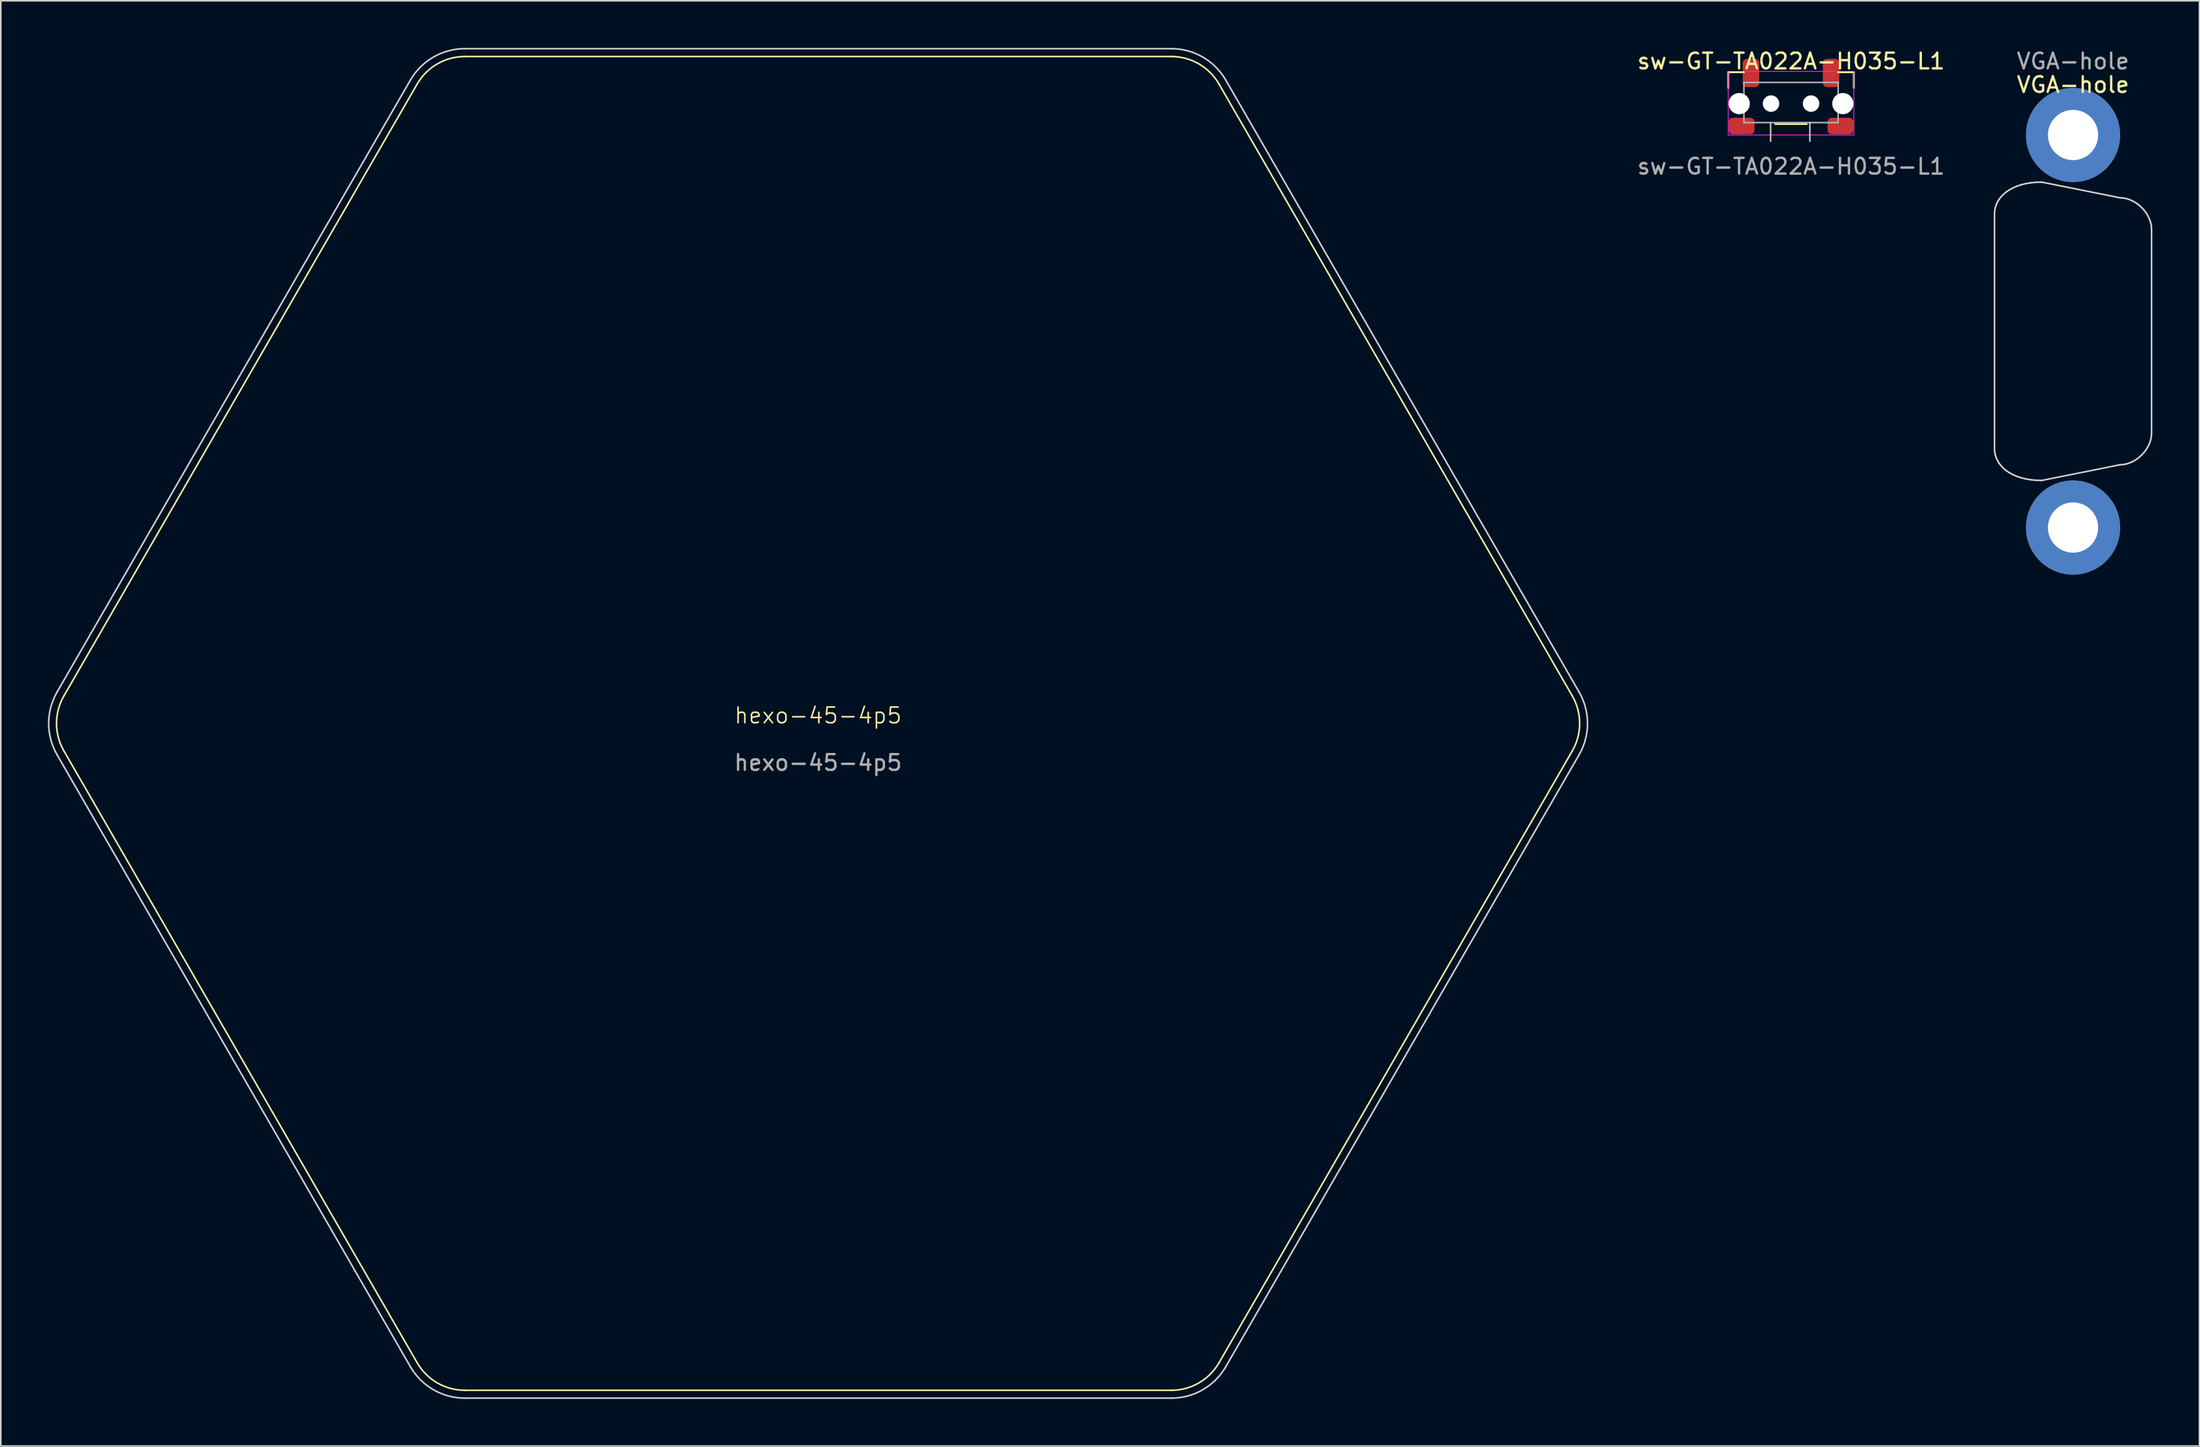
<source format=kicad_pcb>
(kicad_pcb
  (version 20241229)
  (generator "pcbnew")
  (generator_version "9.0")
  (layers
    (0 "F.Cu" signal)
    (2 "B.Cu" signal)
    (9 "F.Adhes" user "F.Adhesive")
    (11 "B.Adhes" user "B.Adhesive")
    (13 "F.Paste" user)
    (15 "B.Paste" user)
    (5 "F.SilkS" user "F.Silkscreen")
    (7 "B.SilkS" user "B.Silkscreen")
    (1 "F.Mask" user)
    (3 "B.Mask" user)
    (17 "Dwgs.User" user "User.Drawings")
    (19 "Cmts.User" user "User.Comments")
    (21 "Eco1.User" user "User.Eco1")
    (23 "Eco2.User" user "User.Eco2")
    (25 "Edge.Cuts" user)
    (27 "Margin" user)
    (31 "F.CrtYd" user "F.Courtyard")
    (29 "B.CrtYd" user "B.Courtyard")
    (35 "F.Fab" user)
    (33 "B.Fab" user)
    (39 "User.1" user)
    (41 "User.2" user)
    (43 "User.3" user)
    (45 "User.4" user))
  (footprint "VGA-hole"
    (layer "F.Cu")
    (at 128.971 17.848)
    (property "Reference" "VGA-hole" (at 0 -15.5 0) (layer "F.SilkS") (effects (font (size 1 1) (thickness 0.15))))
    (attr exclude_from_pos_files exclude_from_bom)
    (fp_line (start -5 -7.3) (end -4.988 -7.487) (stroke (width 0.1) (type solid)) (layer "Edge.Cuts"))
    (fp_line (start -5 7.7) (end -5 -7.3) (stroke (width 0.1) (type solid)) (layer "Edge.Cuts"))
    (fp_line (start -4.988 -7.487) (end -4.953 -7.673) (stroke (width 0.1) (type solid)) (layer "Edge.Cuts"))
    (fp_line (start -4.988 7.887) (end -5 7.7) (stroke (width 0.1) (type solid)) (layer "Edge.Cuts"))
    (fp_line (start -4.953 -7.673) (end -4.894 -7.856) (stroke (width 0.1) (type solid)) (layer "Edge.Cuts"))
    (fp_line (start -4.953 8.073) (end -4.988 7.887) (stroke (width 0.1) (type solid)) (layer "Edge.Cuts"))
    (fp_line (start -4.894 -7.856) (end -4.812 -8.034) (stroke (width 0.1) (type solid)) (layer "Edge.Cuts"))
    (fp_line (start -4.894 8.256) (end -4.953 8.073) (stroke (width 0.1) (type solid)) (layer "Edge.Cuts"))
    (fp_line (start -4.812 -8.034) (end -4.707 -8.207) (stroke (width 0.1) (type solid)) (layer "Edge.Cuts"))
    (fp_line (start -4.812 8.434) (end -4.894 8.256) (stroke (width 0.1) (type solid)) (layer "Edge.Cuts"))
    (fp_line (start -4.707 -8.207) (end -4.578 -8.372) (stroke (width 0.1) (type solid)) (layer "Edge.Cuts"))
    (fp_line (start -4.707 8.607) (end -4.812 8.434) (stroke (width 0.1) (type solid)) (layer "Edge.Cuts"))
    (fp_line (start -4.578 -8.372) (end -4.426 -8.529) (stroke (width 0.1) (type solid)) (layer "Edge.Cuts"))
    (fp_line (start -4.578 8.772) (end -4.707 8.607) (stroke (width 0.1) (type solid)) (layer "Edge.Cuts"))
    (fp_line (start -4.426 -8.529) (end -4.25 -8.675) (stroke (width 0.1) (type solid)) (layer "Edge.Cuts"))
    (fp_line (start -4.426 8.929) (end -4.578 8.772) (stroke (width 0.1) (type solid)) (layer "Edge.Cuts"))
    (fp_line (start -4.25 -8.675) (end -4.051 -8.809) (stroke (width 0.1) (type solid)) (layer "Edge.Cuts"))
    (fp_line (start -4.25 9.075) (end -4.426 8.929) (stroke (width 0.1) (type solid)) (layer "Edge.Cuts"))
    (fp_line (start -4.051 -8.809) (end -3.828 -8.931) (stroke (width 0.1) (type solid)) (layer "Edge.Cuts"))
    (fp_line (start -4.051 9.21) (end -4.25 9.075) (stroke (width 0.1) (type solid)) (layer "Edge.Cuts"))
    (fp_line (start -3.828 -8.931) (end -3.582 -9.037) (stroke (width 0.1) (type solid)) (layer "Edge.Cuts"))
    (fp_line (start -3.828 9.331) (end -4.051 9.21) (stroke (width 0.1) (type solid)) (layer "Edge.Cuts"))
    (fp_line (start -3.582 -9.037) (end -3.312 -9.128) (stroke (width 0.1) (type solid)) (layer "Edge.Cuts"))
    (fp_line (start -3.582 9.438) (end -3.828 9.331) (stroke (width 0.1) (type solid)) (layer "Edge.Cuts"))
    (fp_line (start -3.312 -9.128) (end -3.019 -9.201) (stroke (width 0.1) (type solid)) (layer "Edge.Cuts"))
    (fp_line (start -3.312 9.528) (end -3.582 9.438) (stroke (width 0.1) (type solid)) (layer "Edge.Cuts"))
    (fp_line (start -3.019 -9.201) (end -2.703 -9.255) (stroke (width 0.1) (type solid)) (layer "Edge.Cuts"))
    (fp_line (start -3.019 9.601) (end -3.312 9.528) (stroke (width 0.1) (type solid)) (layer "Edge.Cuts"))
    (fp_line (start -2.703 -9.255) (end -2.363 -9.289) (stroke (width 0.1) (type solid)) (layer "Edge.Cuts"))
    (fp_line (start -2.703 9.655) (end -3.019 9.601) (stroke (width 0.1) (type solid)) (layer "Edge.Cuts"))
    (fp_line (start -2.363 -9.289) (end -2 -9.3) (stroke (width 0.1) (type solid)) (layer "Edge.Cuts"))
    (fp_line (start -2.363 9.688) (end -2.703 9.655) (stroke (width 0.1) (type solid)) (layer "Edge.Cuts"))
    (fp_line (start -2 -9.3) (end 3 -8.3) (stroke (width 0.1) (type solid)) (layer "Edge.Cuts"))
    (fp_line (start -2 9.7) (end -2.363 9.688) (stroke (width 0.1) (type solid)) (layer "Edge.Cuts"))
    (fp_line (start 3 -8.3) (end 3.187 -8.289) (stroke (width 0.1) (type solid)) (layer "Edge.Cuts"))
    (fp_line (start 3 8.7) (end -2 9.7) (stroke (width 0.1) (type solid)) (layer "Edge.Cuts"))
    (fp_line (start 3.187 -8.289) (end 3.373 -8.255) (stroke (width 0.1) (type solid)) (layer "Edge.Cuts"))
    (fp_line (start 3.187 8.688) (end 3 8.7) (stroke (width 0.1) (type solid)) (layer "Edge.Cuts"))
    (fp_line (start 3.373 -8.255) (end 3.556 -8.201) (stroke (width 0.1) (type solid)) (layer "Edge.Cuts"))
    (fp_line (start 3.373 8.655) (end 3.187 8.688) (stroke (width 0.1) (type solid)) (layer "Edge.Cuts"))
    (fp_line (start 3.556 -8.201) (end 3.734 -8.128) (stroke (width 0.1) (type solid)) (layer "Edge.Cuts"))
    (fp_line (start 3.556 8.601) (end 3.373 8.655) (stroke (width 0.1) (type solid)) (layer "Edge.Cuts"))
    (fp_line (start 3.734 -8.128) (end 3.907 -8.037) (stroke (width 0.1) (type solid)) (layer "Edge.Cuts"))
    (fp_line (start 3.734 8.528) (end 3.556 8.601) (stroke (width 0.1) (type solid)) (layer "Edge.Cuts"))
    (fp_line (start 3.907 -8.037) (end 4.072 -7.931) (stroke (width 0.1) (type solid)) (layer "Edge.Cuts"))
    (fp_line (start 3.907 8.438) (end 3.734 8.528) (stroke (width 0.1) (type solid)) (layer "Edge.Cuts"))
    (fp_line (start 4.072 -7.931) (end 4.229 -7.809) (stroke (width 0.1) (type solid)) (layer "Edge.Cuts"))
    (fp_line (start 4.072 8.331) (end 3.907 8.438) (stroke (width 0.1) (type solid)) (layer "Edge.Cuts"))
    (fp_line (start 4.229 -7.809) (end 4.375 -7.675) (stroke (width 0.1) (type solid)) (layer "Edge.Cuts"))
    (fp_line (start 4.229 8.21) (end 4.072 8.331) (stroke (width 0.1) (type solid)) (layer "Edge.Cuts"))
    (fp_line (start 4.375 -7.675) (end 4.51 -7.529) (stroke (width 0.1) (type solid)) (layer "Edge.Cuts"))
    (fp_line (start 4.375 8.075) (end 4.229 8.21) (stroke (width 0.1) (type solid)) (layer "Edge.Cuts"))
    (fp_line (start 4.51 -7.529) (end 4.631 -7.372) (stroke (width 0.1) (type solid)) (layer "Edge.Cuts"))
    (fp_line (start 4.51 7.929) (end 4.375 8.075) (stroke (width 0.1) (type solid)) (layer "Edge.Cuts"))
    (fp_line (start 4.631 -7.372) (end 4.737 -7.207) (stroke (width 0.1) (type solid)) (layer "Edge.Cuts"))
    (fp_line (start 4.631 7.772) (end 4.51 7.929) (stroke (width 0.1) (type solid)) (layer "Edge.Cuts"))
    (fp_line (start 4.737 -7.207) (end 4.828 -7.034) (stroke (width 0.1) (type solid)) (layer "Edge.Cuts"))
    (fp_line (start 4.737 7.607) (end 4.631 7.772) (stroke (width 0.1) (type solid)) (layer "Edge.Cuts"))
    (fp_line (start 4.828 -7.034) (end 4.901 -6.856) (stroke (width 0.1) (type solid)) (layer "Edge.Cuts"))
    (fp_line (start 4.828 7.434) (end 4.737 7.607) (stroke (width 0.1) (type solid)) (layer "Edge.Cuts"))
    (fp_line (start 4.901 -6.856) (end 4.955 -6.673) (stroke (width 0.1) (type solid)) (layer "Edge.Cuts"))
    (fp_line (start 4.901 7.256) (end 4.828 7.434) (stroke (width 0.1) (type solid)) (layer "Edge.Cuts"))
    (fp_line (start 4.955 -6.673) (end 4.989 -6.487) (stroke (width 0.1) (type solid)) (layer "Edge.Cuts"))
    (fp_line (start 4.955 7.073) (end 4.901 7.256) (stroke (width 0.1) (type solid)) (layer "Edge.Cuts"))
    (fp_line (start 4.989 -6.487) (end 5 -6.3) (stroke (width 0.1) (type solid)) (layer "Edge.Cuts"))
    (fp_line (start 4.989 6.887) (end 4.955 7.073) (stroke (width 0.1) (type solid)) (layer "Edge.Cuts"))
    (fp_line (start 5 -6.3) (end 5 6.7) (stroke (width 0.1) (type solid)) (layer "Edge.Cuts"))
    (fp_line (start 5 6.7) (end 4.989 6.887) (stroke (width 0.1) (type solid)) (layer "Edge.Cuts"))
    (fp_text user "${REFERENCE}" (at 0 -17 0) (layer "F.Fab") (effects (font (size 1 1) (thickness 0.15))))
    (pad "1" thru_hole circle (at 0 -12.3) (size 6 6) (drill 3.2) (layers "*.Cu" "*.Mask"))
    (pad "1" thru_hole circle (at 0 12.7) (size 6 6) (drill 3.2) (layers "*.Cu" "*.Mask")))
  (footprint "hexo-45-4p5"
    (layer "F.Cu")
    (at 49.05 43.021)
    (property "Reference" "hexo-45-4p5" (at 0 -0.5 0) (unlocked yes) (layer "F.SilkS") (effects (font (size 1 1) (thickness 0.1))))
    (attr smd)
    (fp_line (start -48.031 -1.75) (end -25.531 -40.721) (stroke (width 0.1) (type default)) (layer "F.SilkS"))
    (fp_line (start -25.531 40.721) (end -48.031 1.75) (stroke (width 0.1) (type default)) (layer "F.SilkS"))
    (fp_line (start -22.5 -42.471) (end 22.5 -42.471) (stroke (width 0.1) (type default)) (layer "F.SilkS"))
    (fp_line (start 22.5 42.471) (end -22.5 42.471) (stroke (width 0.1) (type default)) (layer "F.SilkS"))
    (fp_line (start 25.531 -40.721) (end 48.031 -1.75) (stroke (width 0.1) (type default)) (layer "F.SilkS"))
    (fp_line (start 48.031 1.75) (end 25.531 40.721) (stroke (width 0.1) (type default)) (layer "F.SilkS"))
    (fp_arc (start -48.031089 1.75) (mid -48.5 0) (end -48.031089 -1.75) (stroke (width 0.1) (type default)) (layer "F.SilkS"))
    (fp_arc (start -25.531089 -40.721143) (mid -24.25 -42.002232) (end -22.5 -42.471143) (stroke (width 0.1) (type default)) (layer "F.SilkS"))
    (fp_arc (start -22.5 42.471143) (mid -24.25 42.002232) (end -25.531089 40.721143) (stroke (width 0.1) (type default)) (layer "F.SilkS"))
    (fp_arc (start 22.5 -42.471143) (mid 24.25 -42.002232) (end 25.531089 -40.721143) (stroke (width 0.1) (type default)) (layer "F.SilkS"))
    (fp_arc (start 25.531089 40.721143) (mid 24.25 42.002232) (end 22.5 42.471143) (stroke (width 0.1) (type default)) (layer "F.SilkS"))
    (fp_arc (start 48.031089 -1.75) (mid 48.5 0) (end 48.031089 1.75) (stroke (width 0.1) (type default)) (layer "F.SilkS"))
    (fp_line (start -48.464 -2) (end -25.964 -40.971) (stroke (width 0.1) (type default)) (layer "Edge.Cuts"))
    (fp_line (start -25.964 40.971) (end -48.464 2) (stroke (width 0.1) (type default)) (layer "Edge.Cuts"))
    (fp_line (start -22.5 -42.971) (end 22.5 -42.971) (stroke (width 0.1) (type default)) (layer "Edge.Cuts"))
    (fp_line (start 22.5 42.971) (end -22.5 42.971) (stroke (width 0.1) (type default)) (layer "Edge.Cuts"))
    (fp_line (start 25.964 -40.971) (end 48.464 -2) (stroke (width 0.1) (type default)) (layer "Edge.Cuts"))
    (fp_line (start 48.464 2) (end 25.964 40.971) (stroke (width 0.1) (type default)) (layer "Edge.Cuts"))
    (fp_arc (start -48.464102 2) (mid -49 0) (end -48.464102 -2) (stroke (width 0.1) (type default)) (layer "Edge.Cuts"))
    (fp_arc (start -25.964102 -40.971143) (mid -24.5 -42.435245) (end -22.5 -42.971143) (stroke (width 0.1) (type default)) (layer "Edge.Cuts"))
    (fp_arc (start -22.5 42.971143) (mid -24.5 42.435245) (end -25.964102 40.971143) (stroke (width 0.1) (type default)) (layer "Edge.Cuts"))
    (fp_arc (start 22.5 -42.971143) (mid 24.5 -42.435245) (end 25.964102 -40.971143) (stroke (width 0.1) (type default)) (layer "Edge.Cuts"))
    (fp_arc (start 25.964102 40.971143) (mid 24.5 42.435245) (end 22.5 42.971143) (stroke (width 0.1) (type default)) (layer "Edge.Cuts"))
    (fp_arc (start 48.464102 -2) (mid 49 0) (end 48.464102 2) (stroke (width 0.1) (type default)) (layer "Edge.Cuts"))
    (fp_text user "${REFERENCE}" (at 0 2.5 0) (unlocked yes) (layer "F.Fab") (effects (font (size 1 1) (thickness 0.15)))))
  (footprint "sw-GT-TA022A-H035-L1"
    (layer "F.Cu")
    (at 111.011 3.548)
    (property "Reference" "sw-GT-TA022A-H035-L1" (at 0 -2.7 180) (layer "F.SilkS") (effects (font (size 1 1) (thickness 0.15))))
    (attr smd)
    (fp_line (start -4 -2) (end -4 -1) (stroke (width 0.12) (type solid)) (layer "F.SilkS"))
    (fp_line (start -3 -2) (end -4 -2) (stroke (width 0.12) (type solid)) (layer "F.SilkS"))
    (fp_line (start -1 1.3) (end 1 1.3) (stroke (width 0.12) (type solid)) (layer "F.SilkS"))
    (fp_line (start 3 -2) (end 4 -2) (stroke (width 0.12) (type solid)) (layer "F.SilkS"))
    (fp_line (start 4 -2) (end 4 -1) (stroke (width 0.12) (type solid)) (layer "F.SilkS"))
    (fp_line (start -1.3 1.2) (end -1.3 2.4) (stroke (width 0.1) (type solid)) (layer "Dwgs.User"))
    (fp_line (start 1.2 2.4) (end 1.2 1.2) (stroke (width 0.1) (type solid)) (layer "Dwgs.User"))
    (fp_line (start -4 -2) (end -4 2) (stroke (width 0.05) (type solid)) (layer "F.CrtYd"))
    (fp_line (start -4 2) (end 4 2) (stroke (width 0.05) (type solid)) (layer "F.CrtYd"))
    (fp_line (start -2.83 -2.05) (end 2.83 -2.05) (stroke (width 0.05) (type solid)) (layer "F.CrtYd"))
    (fp_line (start 4 -2.05) (end 4 2) (stroke (width 0.05) (type solid)) (layer "F.CrtYd"))
    (fp_line (start -3 -1.35) (end -3 1.21) (stroke (width 0.1) (type solid)) (layer "F.Fab"))
    (fp_line (start -3 -1.35) (end 3 -1.35) (stroke (width 0.1) (type solid)) (layer "F.Fab"))
    (fp_line (start -3 1.21) (end 3 1.21) (stroke (width 0.1) (type solid)) (layer "F.Fab"))
    (fp_line (start 3 -1.35) (end 3 1.21) (stroke (width 0.1) (type solid)) (layer "F.Fab"))
    (fp_text user "${REFERENCE}" (at 0 4 0) (layer "F.Fab") (effects (font (size 1 1) (thickness 0.15))))
    (pad "" np_thru_hole circle (at -3.3 0) (size 1.35 1.35) (drill 1.35) (layers "*.Cu" "*.Mask"))
    (pad "" np_thru_hole circle (at -1.275 0) (size 1.05 1.05) (drill 1.05) (layers "*.Cu" "*.Mask"))
    (pad "" np_thru_hole circle (at 1.275 0) (size 1.05 1.05) (drill 1.05) (layers "*.Cu" "*.Mask"))
    (pad "" np_thru_hole circle (at 3.3 0) (size 1.35 1.35) (drill 1.35) (layers "*.Cu" "*.Mask"))
    (pad "1" smd roundrect (at -2.55 -1.95) (size 1.05 1.8) (layers "F.Cu" "F.Mask" "F.Paste") (roundrect_rratio 0.25))
    (pad "2" smd roundrect (at 2.55 -1.95) (size 1.05 1.8) (layers "F.Cu" "F.Mask" "F.Paste") (roundrect_rratio 0.25))
    (pad "MP" smd roundrect (at -3.15 1.425) (size 1.65 1.05) (layers "F.Cu" "F.Mask" "F.Paste") (roundrect_rratio 0.25))
    (pad "MP" smd roundrect (at 3.15 1.425) (size 1.65 1.05) (layers "F.Cu" "F.Mask" "F.Paste") (roundrect_rratio 0.25)))
  (gr_rect
    (start -3 -3)
    (end 137.021 89.042)
    (stroke (width 0.1) (type default))
    (fill no)
    (layer "Edge.Cuts")))
</source>
